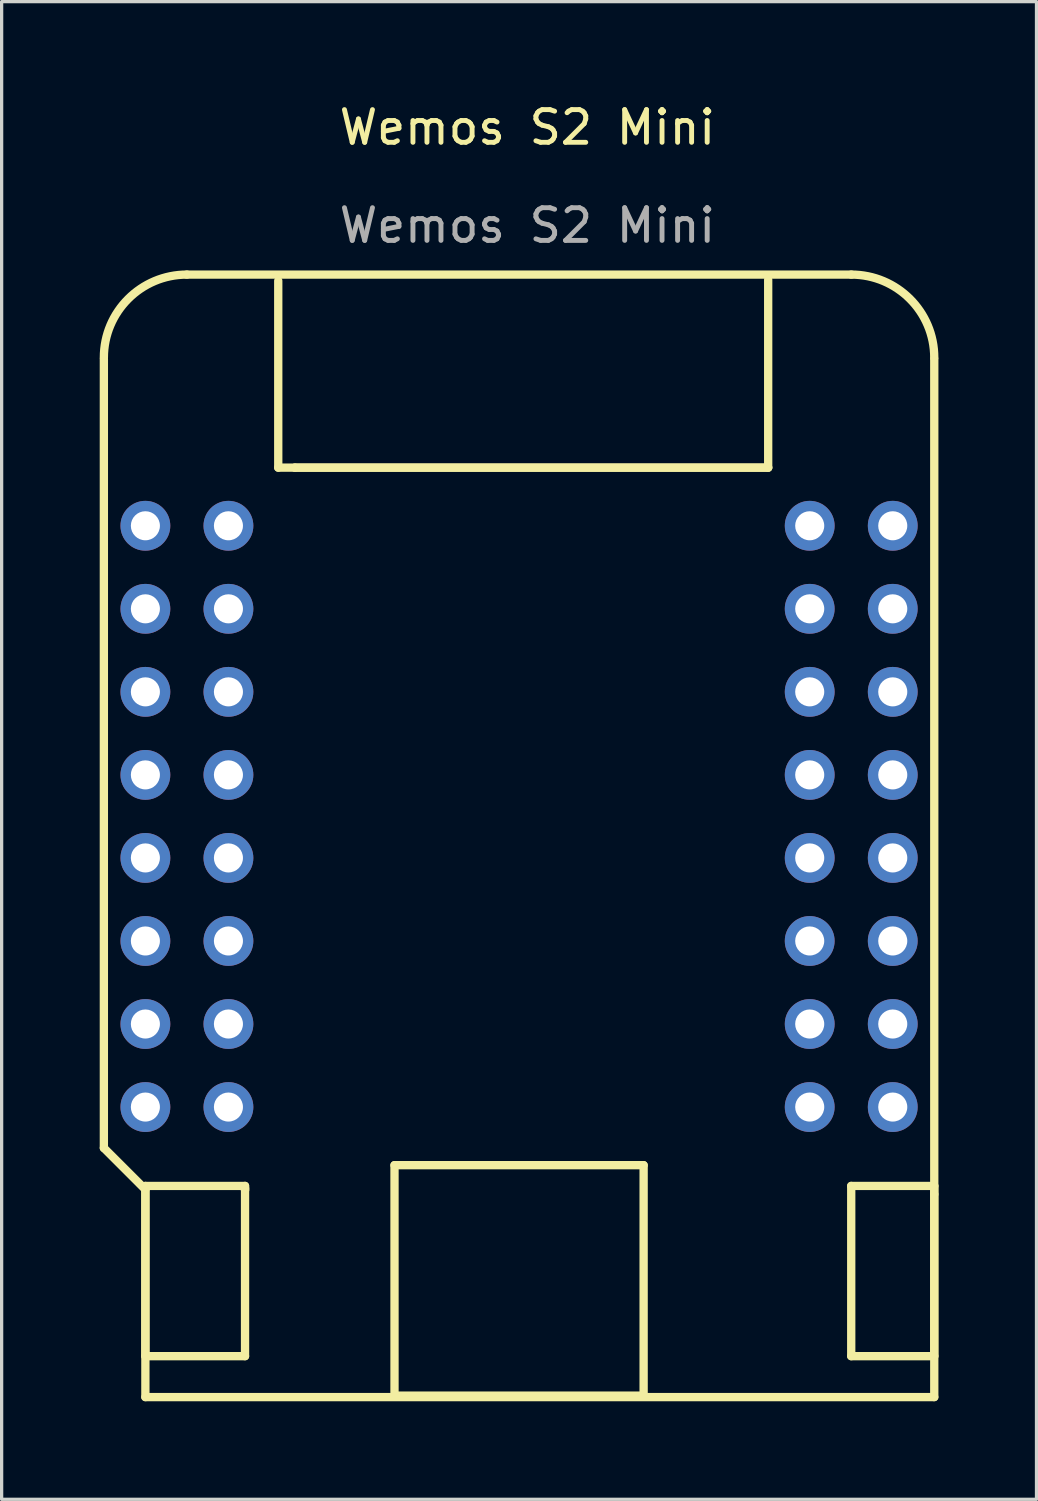
<source format=kicad_pcb>
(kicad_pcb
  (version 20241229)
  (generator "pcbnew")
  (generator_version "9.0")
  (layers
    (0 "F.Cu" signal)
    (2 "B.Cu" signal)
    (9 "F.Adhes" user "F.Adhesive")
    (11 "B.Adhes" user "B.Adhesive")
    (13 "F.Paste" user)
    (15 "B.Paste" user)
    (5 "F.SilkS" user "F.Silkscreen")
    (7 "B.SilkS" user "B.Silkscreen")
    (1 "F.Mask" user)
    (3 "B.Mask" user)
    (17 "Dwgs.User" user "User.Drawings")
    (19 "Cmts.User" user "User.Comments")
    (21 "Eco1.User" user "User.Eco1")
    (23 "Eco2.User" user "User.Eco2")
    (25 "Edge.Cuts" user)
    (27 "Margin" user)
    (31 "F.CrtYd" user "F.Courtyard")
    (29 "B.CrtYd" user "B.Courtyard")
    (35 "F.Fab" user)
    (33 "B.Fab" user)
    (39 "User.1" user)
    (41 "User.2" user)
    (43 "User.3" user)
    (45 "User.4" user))
  (footprint "Wemos S2 Mini"
    (layer "F.Cu")
    (at 13.081 1.348)
    (property "Reference" "Wemos S2 Mini" (at 0 -0.5 0) (unlocked yes) (layer "F.SilkS") (effects (font (size 1 1) (thickness 0.15))))
    (attr through_hole)
    (fp_line (start -12.954 6.586) (end -12.954 30.716) (stroke (width 0.254) (type solid)) (layer "F.SilkS"))
    (fp_line (start -12.954 30.716) (end -11.684 31.986) (stroke (width 0.254) (type solid)) (layer "F.SilkS"))
    (fp_line (start -11.684 31.877) (end -11.684 37.084) (stroke (width 0.254) (type solid)) (layer "F.SilkS"))
    (fp_line (start -11.684 31.986) (end -11.684 38.336) (stroke (width 0.254) (type solid)) (layer "F.SilkS"))
    (fp_line (start -11.684 37.084) (end -8.636 37.084) (stroke (width 0.254) (type solid)) (layer "F.SilkS"))
    (fp_line (start -10.414 4.001) (end 9.906 4.001) (stroke (width 0.254) (type solid)) (layer "F.SilkS"))
    (fp_line (start -8.636 31.877) (end -11.684 31.877) (stroke (width 0.254) (type solid)) (layer "F.SilkS"))
    (fp_line (start -8.636 31.941) (end -8.636 32.004) (stroke (width 0.254) (type solid)) (layer "F.SilkS"))
    (fp_line (start -8.636 32.004) (end -8.636 31.877) (stroke (width 0.254) (type solid)) (layer "F.SilkS"))
    (fp_line (start -8.636 37.084) (end -8.636 31.941) (stroke (width 0.254) (type solid)) (layer "F.SilkS"))
    (fp_line (start -7.62 9.906) (end -7.62 4.191) (stroke (width 0.254) (type solid)) (layer "F.SilkS"))
    (fp_line (start -7.112 9.906) (end -7.62 9.906) (stroke (width 0.254) (type solid)) (layer "F.SilkS"))
    (fp_line (start -7.112 9.906) (end 7.366 9.906) (stroke (width 0.254) (type solid)) (layer "F.SilkS"))
    (fp_line (start -4.064 31.242) (end -4.064 38.291) (stroke (width 0.254) (type solid)) (layer "F.SilkS"))
    (fp_line (start -4.064 38.291) (end 3.556 38.291) (stroke (width 0.254) (type solid)) (layer "F.SilkS"))
    (fp_line (start 3.556 31.242) (end -4.064 31.242) (stroke (width 0.254) (type solid)) (layer "F.SilkS"))
    (fp_line (start 3.556 38.291) (end 3.556 31.242) (stroke (width 0.254) (type solid)) (layer "F.SilkS"))
    (fp_line (start 7.366 9.906) (end -7.112 9.906) (stroke (width 0.254) (type solid)) (layer "F.SilkS"))
    (fp_line (start 7.366 9.906) (end 7.366 4.159) (stroke (width 0.254) (type solid)) (layer "F.SilkS"))
    (fp_line (start 9.906 31.877) (end 9.906 37.084) (stroke (width 0.254) (type solid)) (layer "F.SilkS"))
    (fp_line (start 9.906 37.084) (end 12.446 37.084) (stroke (width 0.254) (type solid)) (layer "F.SilkS"))
    (fp_line (start 12.446 6.586) (end 12.446 38.336) (stroke (width 0.254) (type solid)) (layer "F.SilkS"))
    (fp_line (start 12.446 31.877) (end 9.906 31.877) (stroke (width 0.254) (type solid)) (layer "F.SilkS"))
    (fp_line (start 12.446 32.131) (end 12.446 31.877) (stroke (width 0.254) (type solid)) (layer "F.SilkS"))
    (fp_line (start 12.446 37.084) (end 12.446 32.131) (stroke (width 0.254) (type solid)) (layer "F.SilkS"))
    (fp_line (start 12.446 38.336) (end -11.684 38.336) (stroke (width 0.254) (type solid)) (layer "F.SilkS"))
    (fp_arc (start -12.954 6.541) (mid -12.210051 4.744949) (end -10.414 4.001) (stroke (width 0.254) (type solid)) (layer "F.SilkS"))
    (fp_arc (start 9.906 4.001) (mid 11.702051 4.744949) (end 12.446 6.541) (stroke (width 0.254) (type solid)) (layer "F.SilkS"))
    (fp_text user "${REFERENCE}" (at 0 2.5 0) (unlocked yes) (layer "F.Fab") (effects (font (size 1 1) (thickness 0.15))))
    (pad "0" thru_hole circle (at -11.684 11.684 180) (size 1.524 1.524) (drill 0.889) (layers "*.Cu" "*.Mask"))
    (pad "1" thru_hole circle (at -9.144 11.684 180) (size 1.524 1.524) (drill 0.889) (layers "*.Cu" "*.Mask"))
    (pad "2" thru_hole circle (at -9.144 14.224 180) (size 1.524 1.524) (drill 0.889) (layers "*.Cu" "*.Mask"))
    (pad "3" thru_hole circle (at -11.684 14.224 180) (size 1.524 1.524) (drill 0.889) (layers "*.Cu" "*.Mask"))
    (pad "4" thru_hole circle (at -9.144 16.764 180) (size 1.524 1.524) (drill 0.889) (layers "*.Cu" "*.Mask"))
    (pad "5" thru_hole circle (at -11.684 16.764 180) (size 1.524 1.524) (drill 0.889) (layers "*.Cu" "*.Mask"))
    (pad "6" thru_hole circle (at -9.144 19.304 180) (size 1.524 1.524) (drill 0.889) (layers "*.Cu" "*.Mask"))
    (pad "7" thru_hole circle (at -11.684 19.304 180) (size 1.524 1.524) (drill 0.889) (layers "*.Cu" "*.Mask"))
    (pad "8" thru_hole circle (at -9.144 21.844 180) (size 1.524 1.524) (drill 0.889) (layers "*.Cu" "*.Mask"))
    (pad "9" thru_hole circle (at -11.684 21.844 180) (size 1.524 1.524) (drill 0.889) (layers "*.Cu" "*.Mask"))
    (pad "10" thru_hole circle (at -9.144 24.384 180) (size 1.524 1.524) (drill 0.889) (layers "*.Cu" "*.Mask"))
    (pad "11" thru_hole circle (at -11.684 24.384 180) (size 1.524 1.524) (drill 0.889) (layers "*.Cu" "*.Mask"))
    (pad "12" thru_hole circle (at -11.684 26.924 180) (size 1.524 1.524) (drill 0.889) (layers "*.Cu" "*.Mask"))
    (pad "13" thru_hole circle (at -9.144 26.924 180) (size 1.524 1.524) (drill 0.889) (layers "*.Cu" "*.Mask"))
    (pad "14" thru_hole circle (at -9.144 29.464 180) (size 1.524 1.524) (drill 0.889) (layers "*.Cu" "*.Mask"))
    (pad "15" thru_hole circle (at 8.636 29.464 180) (size 1.524 1.524) (drill 0.889) (layers "*.Cu" "*.Mask"))
    (pad "16" thru_hole circle (at 11.176 24.384 180) (size 1.524 1.524) (drill 0.889) (layers "*.Cu" "*.Mask"))
    (pad "17" thru_hole circle (at 8.636 24.384 180) (size 1.524 1.524) (drill 0.889) (layers "*.Cu" "*.Mask"))
    (pad "18" thru_hole circle (at 11.176 21.844 180) (size 1.524 1.524) (drill 0.889) (layers "*.Cu" "*.Mask"))
    (pad "21" thru_hole circle (at 8.636 21.844 180) (size 1.524 1.524) (drill 0.889) (layers "*.Cu" "*.Mask"))
    (pad "33" thru_hole circle (at 11.176 19.304 180) (size 1.524 1.524) (drill 0.889) (layers "*.Cu" "*.Mask"))
    (pad "34" thru_hole circle (at 8.636 19.304 180) (size 1.524 1.524) (drill 0.889) (layers "*.Cu" "*.Mask"))
    (pad "35" thru_hole circle (at 11.176 16.764 180) (size 1.524 1.524) (drill 0.889) (layers "*.Cu" "*.Mask"))
    (pad "36" thru_hole circle (at 8.636 16.764 180) (size 1.524 1.524) (drill 0.889) (layers "*.Cu" "*.Mask"))
    (pad "37" thru_hole circle (at 11.176 14.224 180) (size 1.524 1.524) (drill 0.889) (layers "*.Cu" "*.Mask"))
    (pad "38" thru_hole circle (at 8.636 14.224 180) (size 1.524 1.524) (drill 0.889) (layers "*.Cu" "*.Mask"))
    (pad "39" thru_hole circle (at 11.176 11.684 180) (size 1.524 1.524) (drill 0.889) (layers "*.Cu" "*.Mask"))
    (pad "40" thru_hole circle (at 8.636 11.684 180) (size 1.524 1.524) (drill 0.889) (layers "*.Cu" "*.Mask"))
    (pad "41" thru_hole circle (at 11.176 29.464 180) (size 1.524 1.524) (drill 0.889) (layers "*.Cu" "*.Mask"))
    (pad "42" thru_hole circle (at -11.684 29.464 180) (size 1.524 1.524) (drill 0.889) (layers "*.Cu" "*.Mask"))
    (pad "GND" thru_hole circle (at 8.636 26.924 180) (size 1.524 1.524) (drill 0.889) (layers "*.Cu" "*.Mask"))
    (pad "GND" thru_hole circle (at 11.176 26.924 180) (size 1.524 1.524) (drill 0.889) (layers "*.Cu" "*.Mask")))
  (gr_rect
    (start -3 -3)
    (end 28.654 42.811)
    (stroke (width 0.1) (type default))
    (fill no)
    (layer "Edge.Cuts")))
</source>
